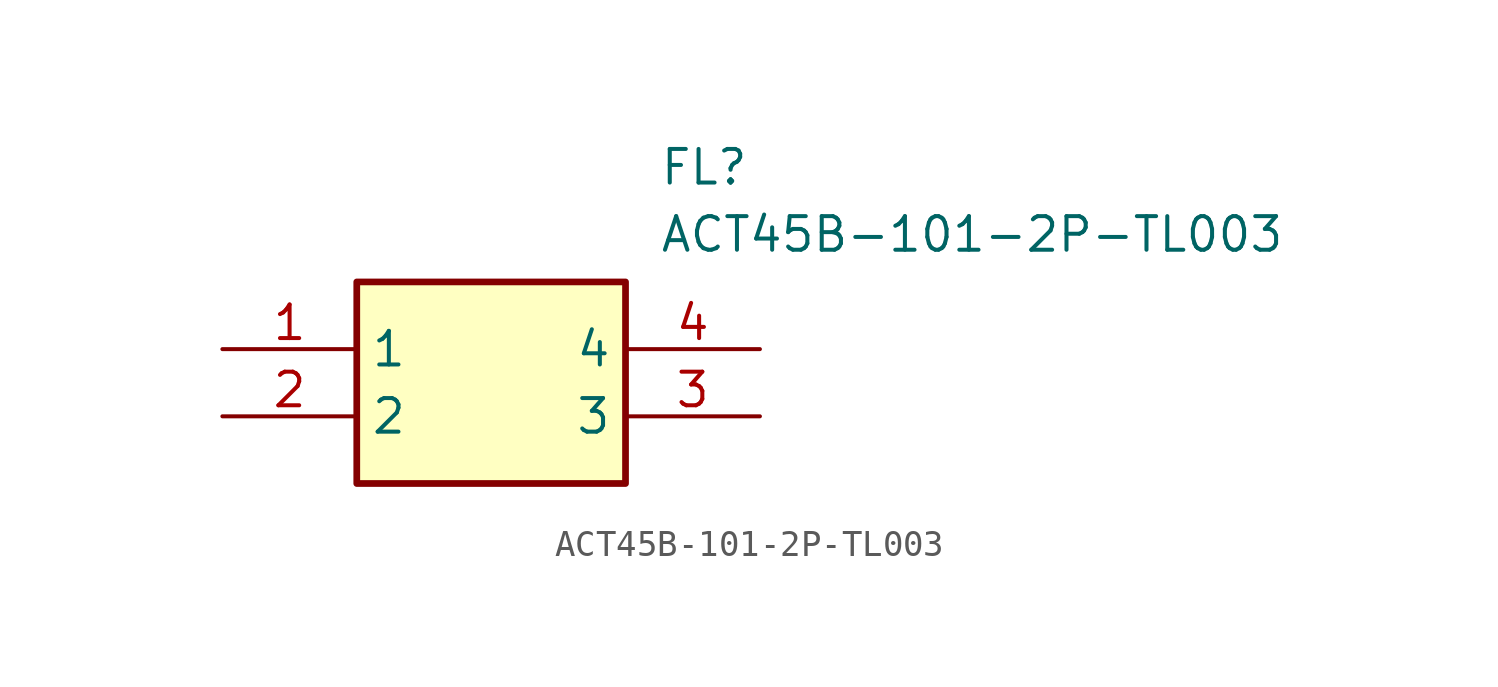
<source format=kicad_sym>
(kicad_symbol_lib
  (version 20211014)
  (generator SamacSys_ECAD_Model)
  (symbol "ACT45B-101-2P-TL003"
    (property "Reference" "FL"
      (at 16.51 7.62 0)
      (effects (font (size 1.27 1.27)) (justify left top)))
    (property "Value" "ACT45B-101-2P-TL003"
      (at 16.51 5.08 0)
      (effects (font (size 1.27 1.27)) (justify left top)))
    (rectangle
      (start 5.08 2.54)
      (end 15.24 -5.08)
      (stroke (width 0.254) (type default))
      (fill (type background)))
    (pin passive line
      (at 0 0 0)
      (length 5.08)
      (name "1" (effects (font (size 1.27 1.27))))
      (number "1" (effects (font (size 1.27 1.27)))))
    (pin passive line
      (at 0 -2.54 0)
      (length 5.08)
      (name "2" (effects (font (size 1.27 1.27))))
      (number "2" (effects (font (size 1.27 1.27)))))
    (pin passive line
      (at 20.32 -2.54 180)
      (length 5.08)
      (name "3" (effects (font (size 1.27 1.27))))
      (number "3" (effects (font (size 1.27 1.27)))))
    (pin passive line
      (at 20.32 0 180)
      (length 5.08)
      (name "4" (effects (font (size 1.27 1.27))))
      (number "4" (effects (font (size 1.27 1.27)))))))
</source>
